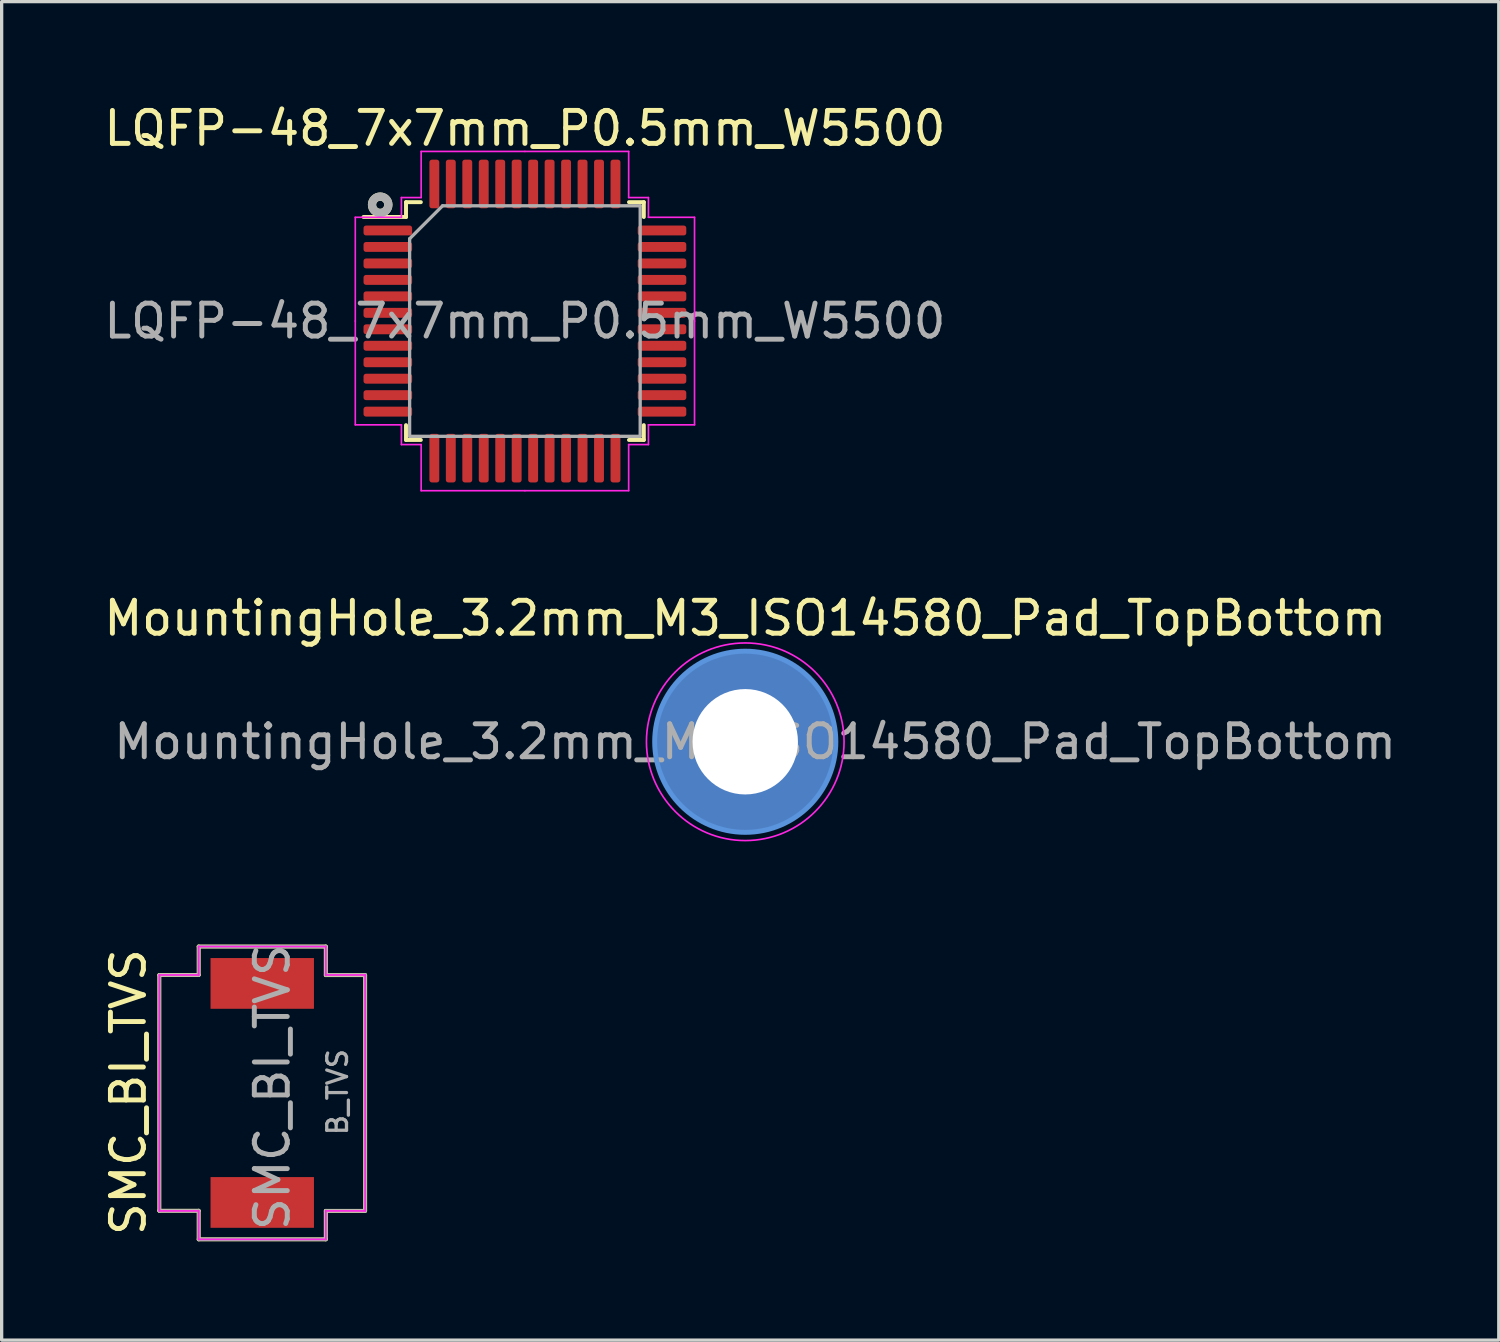
<source format=kicad_pcb>
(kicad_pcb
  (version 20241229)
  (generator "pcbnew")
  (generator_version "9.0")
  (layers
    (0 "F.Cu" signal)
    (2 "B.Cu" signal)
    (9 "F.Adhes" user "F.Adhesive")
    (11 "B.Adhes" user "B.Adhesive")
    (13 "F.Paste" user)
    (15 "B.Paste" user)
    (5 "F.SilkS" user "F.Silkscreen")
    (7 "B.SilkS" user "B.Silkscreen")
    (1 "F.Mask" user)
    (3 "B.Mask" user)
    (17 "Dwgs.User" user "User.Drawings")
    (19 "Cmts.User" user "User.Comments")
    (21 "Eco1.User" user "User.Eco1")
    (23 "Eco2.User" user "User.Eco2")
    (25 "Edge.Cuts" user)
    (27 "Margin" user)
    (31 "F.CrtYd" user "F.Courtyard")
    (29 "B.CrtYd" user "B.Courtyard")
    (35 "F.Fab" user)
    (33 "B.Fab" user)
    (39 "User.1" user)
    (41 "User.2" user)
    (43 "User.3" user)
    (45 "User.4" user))
  (footprint "SMC_BI_TVS"
    (layer "F.Cu")
    (at 4.912 30.133)
    (property "Reference" "SMC_BI_TVS" (at -4.064 -0.025 90) (layer "F.SilkS") (effects (font (size 1 1) (thickness 0.15))))
    (attr through_hole)
    (fp_line (start -3.124 -3.581) (end -3.124 3.577) (stroke (width 0.12) (type solid)) (layer "F.SilkS"))
    (fp_line (start -3.124 -3.581) (end -1.93 -3.581) (stroke (width 0.12) (type solid)) (layer "F.SilkS"))
    (fp_line (start -3.124 3.577) (end -1.93 3.577) (stroke (width 0.12) (type solid)) (layer "F.SilkS"))
    (fp_line (start -1.93 -4.445) (end -1.93 -3.581) (stroke (width 0.12) (type solid)) (layer "F.SilkS"))
    (fp_line (start -1.93 -4.445) (end 1.93 -4.445) (stroke (width 0.12) (type solid)) (layer "F.SilkS"))
    (fp_line (start -1.93 3.577) (end -1.93 4.445) (stroke (width 0.12) (type solid)) (layer "F.SilkS"))
    (fp_line (start 1.93 -4.445) (end 1.93 -3.577) (stroke (width 0.12) (type solid)) (layer "F.SilkS"))
    (fp_line (start 1.93 -3.577) (end 3.124 -3.577) (stroke (width 0.12) (type solid)) (layer "F.SilkS"))
    (fp_line (start 1.93 3.581) (end 3.124 3.581) (stroke (width 0.12) (type solid)) (layer "F.SilkS"))
    (fp_line (start 1.93 4.445) (end -1.93 4.445) (stroke (width 0.12) (type solid)) (layer "F.SilkS"))
    (fp_line (start 1.93 4.445) (end 1.93 3.581) (stroke (width 0.12) (type solid)) (layer "F.SilkS"))
    (fp_line (start 3.124 -3.577) (end 3.124 3.581) (stroke (width 0.12) (type solid)) (layer "F.SilkS"))
    (fp_line (start -3.124 -3.581) (end -3.124 3.581) (stroke (width 0.05) (type solid)) (layer "F.CrtYd"))
    (fp_line (start -3.124 3.581) (end -1.93 3.581) (stroke (width 0.05) (type solid)) (layer "F.CrtYd"))
    (fp_line (start -1.93 -4.445) (end -1.93 -3.581) (stroke (width 0.05) (type solid)) (layer "F.CrtYd"))
    (fp_line (start -1.93 -3.581) (end -3.124 -3.581) (stroke (width 0.05) (type solid)) (layer "F.CrtYd"))
    (fp_line (start -1.93 3.581) (end -1.93 4.445) (stroke (width 0.05) (type solid)) (layer "F.CrtYd"))
    (fp_line (start -1.93 4.445) (end 1.93 4.445) (stroke (width 0.05) (type solid)) (layer "F.CrtYd"))
    (fp_line (start 1.93 -4.445) (end -1.93 -4.445) (stroke (width 0.05) (type solid)) (layer "F.CrtYd"))
    (fp_line (start 1.93 -3.581) (end 1.93 -4.445) (stroke (width 0.05) (type solid)) (layer "F.CrtYd"))
    (fp_line (start 1.93 3.581) (end 3.124 3.581) (stroke (width 0.05) (type solid)) (layer "F.CrtYd"))
    (fp_line (start 1.93 4.445) (end 1.93 3.581) (stroke (width 0.05) (type solid)) (layer "F.CrtYd"))
    (fp_line (start 3.124 -3.581) (end 1.93 -3.581) (stroke (width 0.05) (type solid)) (layer "F.CrtYd"))
    (fp_line (start 3.124 3.581) (end 3.124 -3.581) (stroke (width 0.05) (type solid)) (layer "F.CrtYd"))
    (fp_line (start -3.124 -3.581) (end -3.124 3.581) (stroke (width 0.1) (type solid)) (layer "F.Fab"))
    (fp_line (start -3.124 3.581) (end -1.93 3.581) (stroke (width 0.1) (type solid)) (layer "F.Fab"))
    (fp_line (start -1.93 -4.445) (end -1.93 -3.581) (stroke (width 0.1) (type solid)) (layer "F.Fab"))
    (fp_line (start -1.93 -3.581) (end -3.124 -3.581) (stroke (width 0.1) (type solid)) (layer "F.Fab"))
    (fp_line (start -1.93 3.581) (end -1.93 4.445) (stroke (width 0.1) (type solid)) (layer "F.Fab"))
    (fp_line (start -1.93 4.445) (end 1.93 4.445) (stroke (width 0.1) (type solid)) (layer "F.Fab"))
    (fp_line (start 1.93 -4.445) (end -1.93 -4.445) (stroke (width 0.1) (type solid)) (layer "F.Fab"))
    (fp_line (start 1.93 -3.581) (end 1.93 -4.445) (stroke (width 0.1) (type solid)) (layer "F.Fab"))
    (fp_line (start 1.93 3.581) (end 3.124 3.581) (stroke (width 0.1) (type solid)) (layer "F.Fab"))
    (fp_line (start 1.93 4.445) (end 1.93 3.581) (stroke (width 0.1) (type solid)) (layer "F.Fab"))
    (fp_line (start 3.124 -3.581) (end 1.93 -3.581) (stroke (width 0.1) (type solid)) (layer "F.Fab"))
    (fp_line (start 3.124 3.581) (end 3.124 -3.581) (stroke (width 0.1) (type solid)) (layer "F.Fab"))
    (fp_text user "B_TVS" (at 2.286 -0.025 90) (layer "F.Fab") (effects (font (size 0.6 0.6) (thickness 0.1))))
    (fp_text user "${REFERENCE}" (at 0.305 -0.178 90) (layer "F.Fab") (effects (font (size 1 1) (thickness 0.15))))
    (pad "1" smd rect (at 0 -3.325) (size 3.14 1.54) (layers "F.Cu" "F.Mask" "F.Paste"))
    (pad "2" smd rect (at 0 3.325) (size 3.14 1.54) (layers "F.Cu" "F.Mask" "F.Paste")))
  (footprint "LQFP-48_7x7mm_P0.5mm_W5500"
    (layer "F.Cu")
    (at 12.887 6.698)
    (property "Reference" "LQFP-48_7x7mm_P0.5mm_W5500" (at 0 -5.85 0) (layer "F.SilkS") (effects (font (size 1 1) (thickness 0.15))))
    (attr smd)
    (fp_line (start -3.61 -3.61) (end -3.61 -3.16) (stroke (width 0.12) (type solid)) (layer "F.SilkS"))
    (fp_line (start -3.61 -3.16) (end -4.9 -3.16) (stroke (width 0.12) (type solid)) (layer "F.SilkS"))
    (fp_line (start -3.61 3.61) (end -3.61 3.16) (stroke (width 0.12) (type solid)) (layer "F.SilkS"))
    (fp_line (start -3.16 -3.61) (end -3.61 -3.61) (stroke (width 0.12) (type solid)) (layer "F.SilkS"))
    (fp_line (start -3.16 3.61) (end -3.61 3.61) (stroke (width 0.12) (type solid)) (layer "F.SilkS"))
    (fp_line (start 3.16 -3.61) (end 3.61 -3.61) (stroke (width 0.12) (type solid)) (layer "F.SilkS"))
    (fp_line (start 3.16 3.61) (end 3.61 3.61) (stroke (width 0.12) (type solid)) (layer "F.SilkS"))
    (fp_line (start 3.61 -3.61) (end 3.61 -3.16) (stroke (width 0.12) (type solid)) (layer "F.SilkS"))
    (fp_line (start 3.61 3.61) (end 3.61 3.16) (stroke (width 0.12) (type solid)) (layer "F.SilkS"))
    (fp_circle (center -4.394 -3.531) (end -4.271 -3.531) (stroke (width 0.25) (type solid)) (fill no) (layer "F.SilkS"))
    (fp_line (start -5.15 -3.15) (end -5.15 0) (stroke (width 0.05) (type solid)) (layer "F.CrtYd"))
    (fp_line (start -5.15 3.15) (end -5.15 0) (stroke (width 0.05) (type solid)) (layer "F.CrtYd"))
    (fp_line (start -3.75 -3.75) (end -3.75 -3.15) (stroke (width 0.05) (type solid)) (layer "F.CrtYd"))
    (fp_line (start -3.75 -3.15) (end -5.15 -3.15) (stroke (width 0.05) (type solid)) (layer "F.CrtYd"))
    (fp_line (start -3.75 3.15) (end -5.15 3.15) (stroke (width 0.05) (type solid)) (layer "F.CrtYd"))
    (fp_line (start -3.75 3.75) (end -3.75 3.15) (stroke (width 0.05) (type solid)) (layer "F.CrtYd"))
    (fp_line (start -3.15 -5.15) (end -3.15 -3.75) (stroke (width 0.05) (type solid)) (layer "F.CrtYd"))
    (fp_line (start -3.15 -3.75) (end -3.75 -3.75) (stroke (width 0.05) (type solid)) (layer "F.CrtYd"))
    (fp_line (start -3.15 3.75) (end -3.75 3.75) (stroke (width 0.05) (type solid)) (layer "F.CrtYd"))
    (fp_line (start -3.15 5.15) (end -3.15 3.75) (stroke (width 0.05) (type solid)) (layer "F.CrtYd"))
    (fp_line (start 0 -5.15) (end -3.15 -5.15) (stroke (width 0.05) (type solid)) (layer "F.CrtYd"))
    (fp_line (start 0 -5.15) (end 3.15 -5.15) (stroke (width 0.05) (type solid)) (layer "F.CrtYd"))
    (fp_line (start 0 5.15) (end -3.15 5.15) (stroke (width 0.05) (type solid)) (layer "F.CrtYd"))
    (fp_line (start 0 5.15) (end 3.15 5.15) (stroke (width 0.05) (type solid)) (layer "F.CrtYd"))
    (fp_line (start 3.15 -5.15) (end 3.15 -3.75) (stroke (width 0.05) (type solid)) (layer "F.CrtYd"))
    (fp_line (start 3.15 -3.75) (end 3.75 -3.75) (stroke (width 0.05) (type solid)) (layer "F.CrtYd"))
    (fp_line (start 3.15 3.75) (end 3.75 3.75) (stroke (width 0.05) (type solid)) (layer "F.CrtYd"))
    (fp_line (start 3.15 5.15) (end 3.15 3.75) (stroke (width 0.05) (type solid)) (layer "F.CrtYd"))
    (fp_line (start 3.75 -3.75) (end 3.75 -3.15) (stroke (width 0.05) (type solid)) (layer "F.CrtYd"))
    (fp_line (start 3.75 -3.15) (end 5.15 -3.15) (stroke (width 0.05) (type solid)) (layer "F.CrtYd"))
    (fp_line (start 3.75 3.15) (end 5.15 3.15) (stroke (width 0.05) (type solid)) (layer "F.CrtYd"))
    (fp_line (start 3.75 3.75) (end 3.75 3.15) (stroke (width 0.05) (type solid)) (layer "F.CrtYd"))
    (fp_line (start 5.15 -3.15) (end 5.15 0) (stroke (width 0.05) (type solid)) (layer "F.CrtYd"))
    (fp_line (start 5.15 3.15) (end 5.15 0) (stroke (width 0.05) (type solid)) (layer "F.CrtYd"))
    (fp_line (start -3.5 -2.5) (end -2.5 -3.5) (stroke (width 0.1) (type solid)) (layer "F.Fab"))
    (fp_line (start -3.5 3.5) (end -3.5 -2.5) (stroke (width 0.1) (type solid)) (layer "F.Fab"))
    (fp_line (start -2.5 -3.5) (end 3.5 -3.5) (stroke (width 0.1) (type solid)) (layer "F.Fab"))
    (fp_line (start 3.5 -3.5) (end 3.5 3.5) (stroke (width 0.1) (type solid)) (layer "F.Fab"))
    (fp_line (start 3.5 3.5) (end -3.5 3.5) (stroke (width 0.1) (type solid)) (layer "F.Fab"))
    (fp_circle (center -4.394 -3.531) (end -4.271 -3.531) (stroke (width 0.25) (type solid)) (fill no) (layer "F.Fab"))
    (fp_text user "${REFERENCE}" (at 0 0 0) (layer "F.Fab") (effects (font (size 1 1) (thickness 0.15))))
    (pad "1" smd roundrect (at -4.162 -2.75) (size 1.475 0.3) (layers "F.Cu" "F.Mask" "F.Paste") (roundrect_rratio 0.25))
    (pad "2" smd roundrect (at -4.162 -2.25) (size 1.475 0.3) (layers "F.Cu" "F.Mask" "F.Paste") (roundrect_rratio 0.25))
    (pad "3" smd roundrect (at -4.162 -1.75) (size 1.475 0.3) (layers "F.Cu" "F.Mask" "F.Paste") (roundrect_rratio 0.25))
    (pad "4" smd roundrect (at -4.162 -1.25) (size 1.475 0.3) (layers "F.Cu" "F.Mask" "F.Paste") (roundrect_rratio 0.25))
    (pad "5" smd roundrect (at -4.162 -0.75) (size 1.475 0.3) (layers "F.Cu" "F.Mask" "F.Paste") (roundrect_rratio 0.25))
    (pad "6" smd roundrect (at -4.162 -0.25) (size 1.475 0.3) (layers "F.Cu" "F.Mask" "F.Paste") (roundrect_rratio 0.25))
    (pad "7" smd roundrect (at -4.162 0.25) (size 1.475 0.3) (layers "F.Cu" "F.Mask" "F.Paste") (roundrect_rratio 0.25))
    (pad "8" smd roundrect (at -4.162 0.75) (size 1.475 0.3) (layers "F.Cu" "F.Mask" "F.Paste") (roundrect_rratio 0.25))
    (pad "9" smd roundrect (at -4.162 1.25) (size 1.475 0.3) (layers "F.Cu" "F.Mask" "F.Paste") (roundrect_rratio 0.25))
    (pad "10" smd roundrect (at -4.162 1.75) (size 1.475 0.3) (layers "F.Cu" "F.Mask" "F.Paste") (roundrect_rratio 0.25))
    (pad "11" smd roundrect (at -4.162 2.25) (size 1.475 0.3) (layers "F.Cu" "F.Mask" "F.Paste") (roundrect_rratio 0.25))
    (pad "12" smd roundrect (at -4.162 2.75) (size 1.475 0.3) (layers "F.Cu" "F.Mask" "F.Paste") (roundrect_rratio 0.25))
    (pad "13" smd roundrect (at -2.75 4.162) (size 0.3 1.475) (layers "F.Cu" "F.Mask" "F.Paste") (roundrect_rratio 0.25))
    (pad "14" smd roundrect (at -2.25 4.162) (size 0.3 1.475) (layers "F.Cu" "F.Mask" "F.Paste") (roundrect_rratio 0.25))
    (pad "15" smd roundrect (at -1.75 4.162) (size 0.3 1.475) (layers "F.Cu" "F.Mask" "F.Paste") (roundrect_rratio 0.25))
    (pad "16" smd roundrect (at -1.25 4.162) (size 0.3 1.475) (layers "F.Cu" "F.Mask" "F.Paste") (roundrect_rratio 0.25))
    (pad "17" smd roundrect (at -0.75 4.162) (size 0.3 1.475) (layers "F.Cu" "F.Mask" "F.Paste") (roundrect_rratio 0.25))
    (pad "18" smd roundrect (at -0.25 4.162) (size 0.3 1.475) (layers "F.Cu" "F.Mask" "F.Paste") (roundrect_rratio 0.25))
    (pad "19" smd roundrect (at 0.25 4.162) (size 0.3 1.475) (layers "F.Cu" "F.Mask" "F.Paste") (roundrect_rratio 0.25))
    (pad "20" smd roundrect (at 0.75 4.162) (size 0.3 1.475) (layers "F.Cu" "F.Mask" "F.Paste") (roundrect_rratio 0.25))
    (pad "21" smd roundrect (at 1.25 4.162) (size 0.3 1.475) (layers "F.Cu" "F.Mask" "F.Paste") (roundrect_rratio 0.25))
    (pad "22" smd roundrect (at 1.75 4.162) (size 0.3 1.475) (layers "F.Cu" "F.Mask" "F.Paste") (roundrect_rratio 0.25))
    (pad "23" smd roundrect (at 2.25 4.162) (size 0.3 1.475) (layers "F.Cu" "F.Mask" "F.Paste") (roundrect_rratio 0.25))
    (pad "24" smd roundrect (at 2.75 4.162) (size 0.3 1.475) (layers "F.Cu" "F.Mask" "F.Paste") (roundrect_rratio 0.25))
    (pad "25" smd roundrect (at 4.162 2.75) (size 1.475 0.3) (layers "F.Cu" "F.Mask" "F.Paste") (roundrect_rratio 0.25))
    (pad "26" smd roundrect (at 4.162 2.25) (size 1.475 0.3) (layers "F.Cu" "F.Mask" "F.Paste") (roundrect_rratio 0.25))
    (pad "27" smd roundrect (at 4.162 1.75) (size 1.475 0.3) (layers "F.Cu" "F.Mask" "F.Paste") (roundrect_rratio 0.25))
    (pad "28" smd roundrect (at 4.162 1.25) (size 1.475 0.3) (layers "F.Cu" "F.Mask" "F.Paste") (roundrect_rratio 0.25))
    (pad "29" smd roundrect (at 4.162 0.75) (size 1.475 0.3) (layers "F.Cu" "F.Mask" "F.Paste") (roundrect_rratio 0.25))
    (pad "30" smd roundrect (at 4.162 0.25) (size 1.475 0.3) (layers "F.Cu" "F.Mask" "F.Paste") (roundrect_rratio 0.25))
    (pad "31" smd roundrect (at 4.162 -0.25) (size 1.475 0.3) (layers "F.Cu" "F.Mask" "F.Paste") (roundrect_rratio 0.25))
    (pad "32" smd roundrect (at 4.162 -0.75) (size 1.475 0.3) (layers "F.Cu" "F.Mask" "F.Paste") (roundrect_rratio 0.25))
    (pad "33" smd roundrect (at 4.162 -1.25) (size 1.475 0.3) (layers "F.Cu" "F.Mask" "F.Paste") (roundrect_rratio 0.25))
    (pad "34" smd roundrect (at 4.162 -1.75) (size 1.475 0.3) (layers "F.Cu" "F.Mask" "F.Paste") (roundrect_rratio 0.25))
    (pad "35" smd roundrect (at 4.162 -2.25) (size 1.475 0.3) (layers "F.Cu" "F.Mask" "F.Paste") (roundrect_rratio 0.25))
    (pad "36" smd roundrect (at 4.162 -2.75) (size 1.475 0.3) (layers "F.Cu" "F.Mask" "F.Paste") (roundrect_rratio 0.25))
    (pad "37" smd roundrect (at 2.75 -4.162) (size 0.3 1.475) (layers "F.Cu" "F.Mask" "F.Paste") (roundrect_rratio 0.25))
    (pad "38" smd roundrect (at 2.25 -4.162) (size 0.3 1.475) (layers "F.Cu" "F.Mask" "F.Paste") (roundrect_rratio 0.25))
    (pad "39" smd roundrect (at 1.75 -4.162) (size 0.3 1.475) (layers "F.Cu" "F.Mask" "F.Paste") (roundrect_rratio 0.25))
    (pad "40" smd roundrect (at 1.25 -4.162) (size 0.3 1.475) (layers "F.Cu" "F.Mask" "F.Paste") (roundrect_rratio 0.25))
    (pad "41" smd roundrect (at 0.75 -4.162) (size 0.3 1.475) (layers "F.Cu" "F.Mask" "F.Paste") (roundrect_rratio 0.25))
    (pad "42" smd roundrect (at 0.25 -4.162) (size 0.3 1.475) (layers "F.Cu" "F.Mask" "F.Paste") (roundrect_rratio 0.25))
    (pad "43" smd roundrect (at -0.25 -4.162) (size 0.3 1.475) (layers "F.Cu" "F.Mask" "F.Paste") (roundrect_rratio 0.25))
    (pad "44" smd roundrect (at -0.75 -4.162) (size 0.3 1.475) (layers "F.Cu" "F.Mask" "F.Paste") (roundrect_rratio 0.25))
    (pad "45" smd roundrect (at -1.25 -4.162) (size 0.3 1.475) (layers "F.Cu" "F.Mask" "F.Paste") (roundrect_rratio 0.25))
    (pad "46" smd roundrect (at -1.75 -4.162) (size 0.3 1.475) (layers "F.Cu" "F.Mask" "F.Paste") (roundrect_rratio 0.25))
    (pad "47" smd roundrect (at -2.25 -4.162) (size 0.3 1.475) (layers "F.Cu" "F.Mask" "F.Paste") (roundrect_rratio 0.25))
    (pad "48" smd roundrect (at -2.75 -4.162) (size 0.3 1.475) (layers "F.Cu" "F.Mask" "F.Paste") (roundrect_rratio 0.25)))
  (footprint "MountingHole_3.2mm_M3_ISO14580_Pad_TopBottom"
    (layer "F.Cu")
    (at 19.577 19.471)
    (property "Reference" "MountingHole_3.2mm_M3_ISO14580_Pad_TopBottom" (at 0 -3.75 0) (layer "F.SilkS") (effects (font (size 1 1) (thickness 0.15))))
    (attr exclude_from_pos_files exclude_from_bom)
    (fp_circle (center 0 0) (end 2.75 0) (stroke (width 0.15) (type solid)) (fill no) (layer "Cmts.User"))
    (fp_circle (center 0 0) (end 3 0) (stroke (width 0.05) (type solid)) (fill no) (layer "F.CrtYd"))
    (fp_text user "${REFERENCE}" (at 0.3 0 0) (layer "F.Fab") (effects (font (size 1 1) (thickness 0.15))))
    (pad "1" thru_hole circle (at 0 0) (size 3.6 3.6) (drill 3.2) (layers "*.Cu" "*.Mask"))
    (pad "1" connect circle (at 0 0) (size 5.5 5.5) (layers "B.Cu" "B.Mask"))
    (pad "1" connect oval (at 0 0) (size 5.5 5.5) (layers "F.Cu" "F.Mask")))
  (gr_rect
    (start -3 -3)
    (end 42.455 37.638)
    (stroke (width 0.1) (type default))
    (fill no)
    (layer "Edge.Cuts")))
</source>
